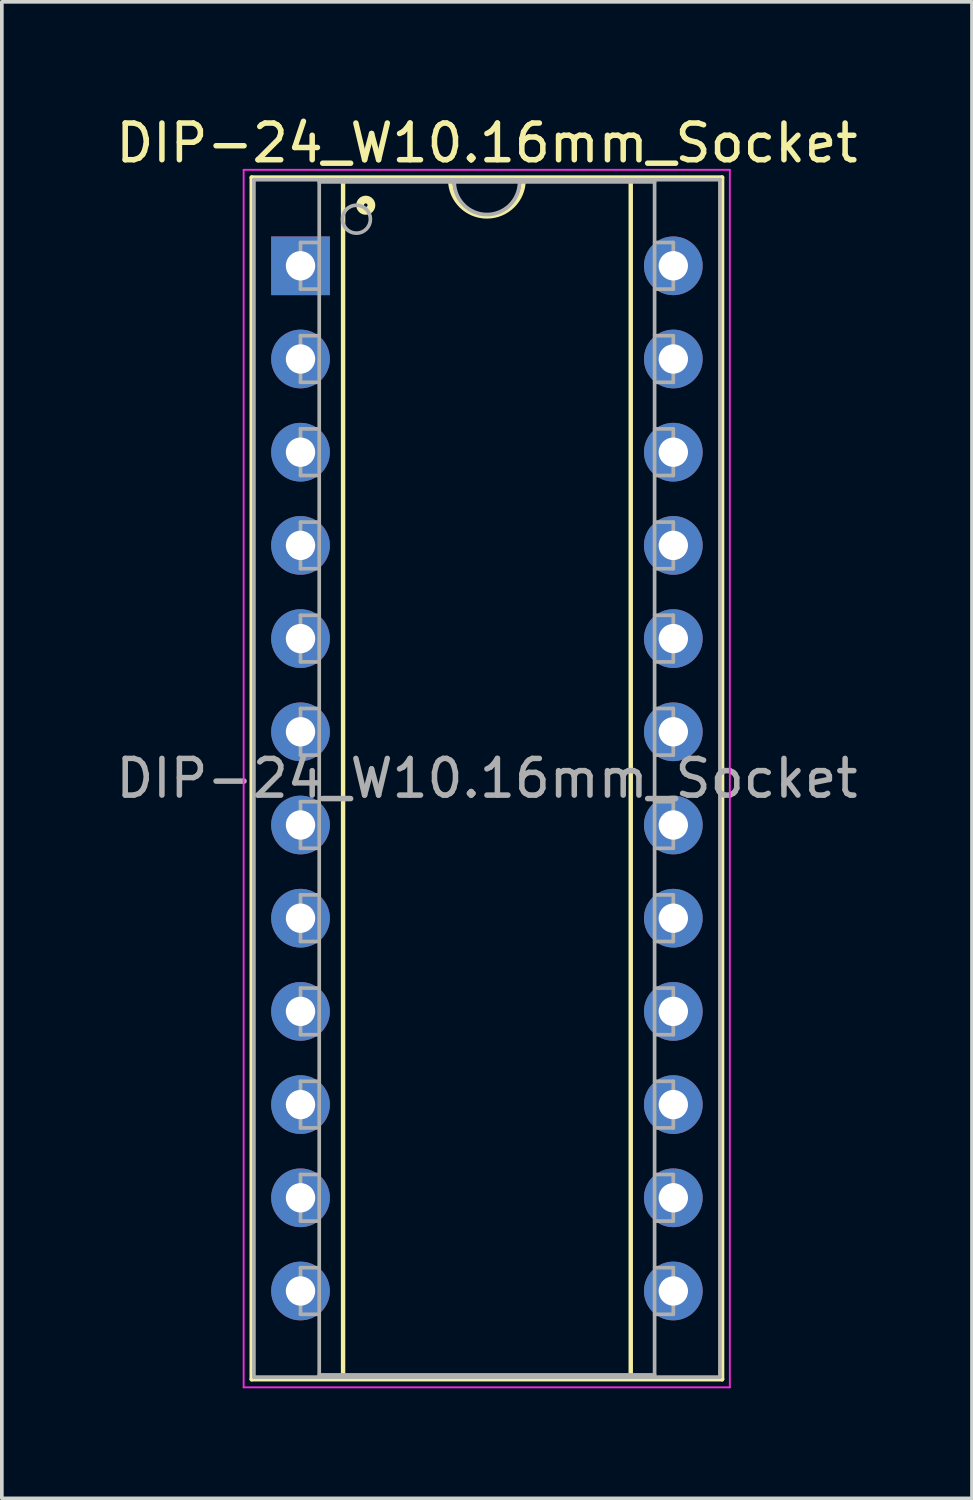
<source format=kicad_pcb>
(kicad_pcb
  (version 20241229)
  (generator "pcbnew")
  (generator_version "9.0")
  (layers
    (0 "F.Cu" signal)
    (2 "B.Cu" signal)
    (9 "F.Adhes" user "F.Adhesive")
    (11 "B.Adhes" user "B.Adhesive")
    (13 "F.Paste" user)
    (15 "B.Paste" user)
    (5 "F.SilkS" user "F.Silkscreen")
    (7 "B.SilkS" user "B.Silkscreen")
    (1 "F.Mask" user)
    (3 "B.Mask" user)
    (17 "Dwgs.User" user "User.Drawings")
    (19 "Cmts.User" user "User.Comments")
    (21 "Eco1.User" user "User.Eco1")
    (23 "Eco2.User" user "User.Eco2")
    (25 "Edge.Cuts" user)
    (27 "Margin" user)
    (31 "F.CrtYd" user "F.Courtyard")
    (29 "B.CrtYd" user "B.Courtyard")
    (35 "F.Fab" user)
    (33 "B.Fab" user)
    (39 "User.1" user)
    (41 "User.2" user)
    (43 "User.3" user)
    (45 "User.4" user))
  (footprint "DIP-24_W10.16mm_Socket"
    (layer "F.Cu")
    (at 5.14 4.194)
    (property "Reference" "DIP-24_W10.16mm_Socket" (at 5.08 -3.346 0) (layer "F.SilkS") (effects (font (size 1 1) (thickness 0.15))))
    (attr through_hole)
    (fp_line (start -1.33 -2.406) (end -1.33 30.346) (stroke (width 0.12) (type solid)) (layer "F.SilkS"))
    (fp_line (start -1.33 30.346) (end 11.49 30.346) (stroke (width 0.12) (type solid)) (layer "F.SilkS"))
    (fp_line (start 1.16 -2.346) (end 1.16 30.286) (stroke (width 0.12) (type solid)) (layer "F.SilkS"))
    (fp_line (start 1.16 30.286) (end 9 30.286) (stroke (width 0.12) (type solid)) (layer "F.SilkS"))
    (fp_line (start 4.08 -2.346) (end 1.16 -2.346) (stroke (width 0.12) (type solid)) (layer "F.SilkS"))
    (fp_line (start 9 -2.346) (end 6.08 -2.346) (stroke (width 0.12) (type solid)) (layer "F.SilkS"))
    (fp_line (start 9 30.286) (end 9 -2.346) (stroke (width 0.12) (type solid)) (layer "F.SilkS"))
    (fp_line (start 11.49 -2.406) (end -1.33 -2.406) (stroke (width 0.12) (type solid)) (layer "F.SilkS"))
    (fp_line (start 11.49 30.346) (end 11.49 -2.406) (stroke (width 0.12) (type solid)) (layer "F.SilkS"))
    (fp_arc (start 6.08 -2.346) (mid 5.08 -1.346) (end 4.08 -2.346) (stroke (width 0.12) (type solid)) (layer "F.SilkS"))
    (fp_circle (center 1.778 -1.651) (end 1.828 -1.651) (stroke (width 0.12) (type solid)) (fill no) (layer "F.SilkS"))
    (fp_circle (center 1.778 -1.651) (end 1.903 -1.651) (stroke (width 0.12) (type solid)) (fill no) (layer "F.SilkS"))
    (fp_circle (center 1.778 -1.651) (end 1.978 -1.651) (stroke (width 0.12) (type solid)) (fill no) (layer "F.SilkS"))
    (fp_line (start -1.55 -2.616) (end -1.55 30.566) (stroke (width 0.05) (type solid)) (layer "F.CrtYd"))
    (fp_line (start -1.55 30.566) (end 11.7 30.566) (stroke (width 0.05) (type solid)) (layer "F.CrtYd"))
    (fp_line (start 11.7 -2.616) (end -1.55 -2.616) (stroke (width 0.05) (type solid)) (layer "F.CrtYd"))
    (fp_line (start 11.7 30.566) (end 11.7 -2.616) (stroke (width 0.05) (type solid)) (layer "F.CrtYd"))
    (fp_line (start -1.27 -2.346) (end -1.27 30.286) (stroke (width 0.1) (type solid)) (layer "F.Fab"))
    (fp_line (start -1.27 30.286) (end 11.43 30.286) (stroke (width 0.1) (type solid)) (layer "F.Fab"))
    (fp_line (start 0 -0.635) (end 0 0.635) (stroke (width 0.1) (type solid)) (layer "F.Fab"))
    (fp_line (start 0 -0.635) (end 0.508 -0.635) (stroke (width 0.1) (type solid)) (layer "F.Fab"))
    (fp_line (start 0 0.635) (end 0.508 0.635) (stroke (width 0.1) (type solid)) (layer "F.Fab"))
    (fp_line (start 0 1.905) (end 0 3.175) (stroke (width 0.1) (type solid)) (layer "F.Fab"))
    (fp_line (start 0 1.905) (end 0.508 1.905) (stroke (width 0.1) (type solid)) (layer "F.Fab"))
    (fp_line (start 0 3.175) (end 0.508 3.175) (stroke (width 0.1) (type solid)) (layer "F.Fab"))
    (fp_line (start 0 4.445) (end 0 5.715) (stroke (width 0.1) (type solid)) (layer "F.Fab"))
    (fp_line (start 0 4.445) (end 0.508 4.445) (stroke (width 0.1) (type solid)) (layer "F.Fab"))
    (fp_line (start 0 5.715) (end 0.508 5.715) (stroke (width 0.1) (type solid)) (layer "F.Fab"))
    (fp_line (start 0 6.985) (end 0 8.255) (stroke (width 0.1) (type solid)) (layer "F.Fab"))
    (fp_line (start 0 6.985) (end 0.508 6.985) (stroke (width 0.1) (type solid)) (layer "F.Fab"))
    (fp_line (start 0 8.255) (end 0.508 8.255) (stroke (width 0.1) (type solid)) (layer "F.Fab"))
    (fp_line (start 0 9.525) (end 0 10.795) (stroke (width 0.1) (type solid)) (layer "F.Fab"))
    (fp_line (start 0 9.525) (end 0.508 9.525) (stroke (width 0.1) (type solid)) (layer "F.Fab"))
    (fp_line (start 0 10.795) (end 0.508 10.795) (stroke (width 0.1) (type solid)) (layer "F.Fab"))
    (fp_line (start 0 12.065) (end 0 13.335) (stroke (width 0.1) (type solid)) (layer "F.Fab"))
    (fp_line (start 0 12.065) (end 0.508 12.065) (stroke (width 0.1) (type solid)) (layer "F.Fab"))
    (fp_line (start 0 13.335) (end 0.508 13.335) (stroke (width 0.1) (type solid)) (layer "F.Fab"))
    (fp_line (start 0 14.605) (end 0 15.875) (stroke (width 0.1) (type solid)) (layer "F.Fab"))
    (fp_line (start 0 14.605) (end 0.508 14.605) (stroke (width 0.1) (type solid)) (layer "F.Fab"))
    (fp_line (start 0 15.875) (end 0.508 15.875) (stroke (width 0.1) (type solid)) (layer "F.Fab"))
    (fp_line (start 0 17.145) (end 0 18.415) (stroke (width 0.1) (type solid)) (layer "F.Fab"))
    (fp_line (start 0 17.145) (end 0.508 17.145) (stroke (width 0.1) (type solid)) (layer "F.Fab"))
    (fp_line (start 0 18.415) (end 0.508 18.415) (stroke (width 0.1) (type solid)) (layer "F.Fab"))
    (fp_line (start 0 19.685) (end 0 20.955) (stroke (width 0.1) (type solid)) (layer "F.Fab"))
    (fp_line (start 0 19.685) (end 0.508 19.685) (stroke (width 0.1) (type solid)) (layer "F.Fab"))
    (fp_line (start 0 20.955) (end 0.508 20.955) (stroke (width 0.1) (type solid)) (layer "F.Fab"))
    (fp_line (start 0 22.225) (end 0 23.495) (stroke (width 0.1) (type solid)) (layer "F.Fab"))
    (fp_line (start 0 22.225) (end 0.508 22.225) (stroke (width 0.1) (type solid)) (layer "F.Fab"))
    (fp_line (start 0 23.495) (end 0.508 23.495) (stroke (width 0.1) (type solid)) (layer "F.Fab"))
    (fp_line (start 0 24.765) (end 0 26.035) (stroke (width 0.1) (type solid)) (layer "F.Fab"))
    (fp_line (start 0 24.765) (end 0.508 24.765) (stroke (width 0.1) (type solid)) (layer "F.Fab"))
    (fp_line (start 0 26.035) (end 0.508 26.035) (stroke (width 0.1) (type solid)) (layer "F.Fab"))
    (fp_line (start 0 27.305) (end 0 28.575) (stroke (width 0.1) (type solid)) (layer "F.Fab"))
    (fp_line (start 0 27.305) (end 0.508 27.305) (stroke (width 0.1) (type solid)) (layer "F.Fab"))
    (fp_line (start 0 28.575) (end 0.508 28.575) (stroke (width 0.1) (type solid)) (layer "F.Fab"))
    (fp_line (start 0.51 -2.286) (end 9.65 -2.286) (stroke (width 0.1) (type solid)) (layer "F.Fab"))
    (fp_line (start 0.51 30.226) (end 0.51 -2.286) (stroke (width 0.1) (type solid)) (layer "F.Fab"))
    (fp_line (start 9.65 -2.286) (end 9.65 30.226) (stroke (width 0.1) (type solid)) (layer "F.Fab"))
    (fp_line (start 9.65 30.226) (end 0.51 30.226) (stroke (width 0.1) (type solid)) (layer "F.Fab"))
    (fp_line (start 10.16 -0.635) (end 9.652 -0.635) (stroke (width 0.1) (type solid)) (layer "F.Fab"))
    (fp_line (start 10.16 0.635) (end 9.652 0.635) (stroke (width 0.1) (type solid)) (layer "F.Fab"))
    (fp_line (start 10.16 0.635) (end 10.16 -0.635) (stroke (width 0.1) (type solid)) (layer "F.Fab"))
    (fp_line (start 10.16 1.905) (end 9.652 1.905) (stroke (width 0.1) (type solid)) (layer "F.Fab"))
    (fp_line (start 10.16 3.175) (end 9.652 3.175) (stroke (width 0.1) (type solid)) (layer "F.Fab"))
    (fp_line (start 10.16 3.175) (end 10.16 1.905) (stroke (width 0.1) (type solid)) (layer "F.Fab"))
    (fp_line (start 10.16 4.445) (end 9.652 4.445) (stroke (width 0.1) (type solid)) (layer "F.Fab"))
    (fp_line (start 10.16 5.715) (end 9.652 5.715) (stroke (width 0.1) (type solid)) (layer "F.Fab"))
    (fp_line (start 10.16 5.715) (end 10.16 4.445) (stroke (width 0.1) (type solid)) (layer "F.Fab"))
    (fp_line (start 10.16 6.985) (end 9.652 6.985) (stroke (width 0.1) (type solid)) (layer "F.Fab"))
    (fp_line (start 10.16 8.255) (end 9.652 8.255) (stroke (width 0.1) (type solid)) (layer "F.Fab"))
    (fp_line (start 10.16 8.255) (end 10.16 6.985) (stroke (width 0.1) (type solid)) (layer "F.Fab"))
    (fp_line (start 10.16 9.525) (end 9.652 9.525) (stroke (width 0.1) (type solid)) (layer "F.Fab"))
    (fp_line (start 10.16 10.795) (end 9.652 10.795) (stroke (width 0.1) (type solid)) (layer "F.Fab"))
    (fp_line (start 10.16 10.795) (end 10.16 9.525) (stroke (width 0.1) (type solid)) (layer "F.Fab"))
    (fp_line (start 10.16 12.065) (end 9.652 12.065) (stroke (width 0.1) (type solid)) (layer "F.Fab"))
    (fp_line (start 10.16 13.335) (end 9.652 13.335) (stroke (width 0.1) (type solid)) (layer "F.Fab"))
    (fp_line (start 10.16 13.335) (end 10.16 12.065) (stroke (width 0.1) (type solid)) (layer "F.Fab"))
    (fp_line (start 10.16 14.605) (end 9.652 14.605) (stroke (width 0.1) (type solid)) (layer "F.Fab"))
    (fp_line (start 10.16 15.875) (end 9.652 15.875) (stroke (width 0.1) (type solid)) (layer "F.Fab"))
    (fp_line (start 10.16 15.875) (end 10.16 14.605) (stroke (width 0.1) (type solid)) (layer "F.Fab"))
    (fp_line (start 10.16 17.145) (end 9.652 17.145) (stroke (width 0.1) (type solid)) (layer "F.Fab"))
    (fp_line (start 10.16 18.415) (end 9.652 18.415) (stroke (width 0.1) (type solid)) (layer "F.Fab"))
    (fp_line (start 10.16 18.415) (end 10.16 17.145) (stroke (width 0.1) (type solid)) (layer "F.Fab"))
    (fp_line (start 10.16 19.685) (end 9.652 19.685) (stroke (width 0.1) (type solid)) (layer "F.Fab"))
    (fp_line (start 10.16 20.955) (end 9.652 20.955) (stroke (width 0.1) (type solid)) (layer "F.Fab"))
    (fp_line (start 10.16 20.955) (end 10.16 19.685) (stroke (width 0.1) (type solid)) (layer "F.Fab"))
    (fp_line (start 10.16 22.225) (end 9.652 22.225) (stroke (width 0.1) (type solid)) (layer "F.Fab"))
    (fp_line (start 10.16 23.495) (end 9.652 23.495) (stroke (width 0.1) (type solid)) (layer "F.Fab"))
    (fp_line (start 10.16 23.495) (end 10.16 22.225) (stroke (width 0.1) (type solid)) (layer "F.Fab"))
    (fp_line (start 10.16 24.765) (end 9.652 24.765) (stroke (width 0.1) (type solid)) (layer "F.Fab"))
    (fp_line (start 10.16 26.035) (end 9.652 26.035) (stroke (width 0.1) (type solid)) (layer "F.Fab"))
    (fp_line (start 10.16 26.035) (end 10.16 24.765) (stroke (width 0.1) (type solid)) (layer "F.Fab"))
    (fp_line (start 10.16 27.305) (end 9.652 27.305) (stroke (width 0.1) (type solid)) (layer "F.Fab"))
    (fp_line (start 10.16 28.575) (end 9.652 28.575) (stroke (width 0.1) (type solid)) (layer "F.Fab"))
    (fp_line (start 10.16 28.575) (end 10.16 27.305) (stroke (width 0.1) (type solid)) (layer "F.Fab"))
    (fp_line (start 11.43 -2.346) (end -1.27 -2.346) (stroke (width 0.1) (type solid)) (layer "F.Fab"))
    (fp_line (start 11.43 30.286) (end 11.43 -2.346) (stroke (width 0.1) (type solid)) (layer "F.Fab"))
    (fp_arc (start 5.969 -2.286) (mid 5.08 -1.397) (end 4.191 -2.286) (stroke (width 0.1) (type solid)) (layer "F.Fab"))
    (fp_circle (center 1.524 -1.27) (end 1.905 -1.27) (stroke (width 0.1) (type solid)) (fill no) (layer "F.Fab"))
    (fp_text user "${REFERENCE}" (at 5.08 13.97 0) (layer "F.Fab") (effects (font (size 1 1) (thickness 0.15))))
    (pad "1" thru_hole rect (at 0 0) (size 1.6 1.6) (drill 0.8) (layers "*.Cu" "*.Mask"))
    (pad "2" thru_hole oval (at 0 2.54) (size 1.6 1.6) (drill 0.8) (layers "*.Cu" "*.Mask"))
    (pad "3" thru_hole oval (at 0 5.08) (size 1.6 1.6) (drill 0.8) (layers "*.Cu" "*.Mask"))
    (pad "4" thru_hole oval (at 0 7.62) (size 1.6 1.6) (drill 0.8) (layers "*.Cu" "*.Mask"))
    (pad "5" thru_hole oval (at 0 10.16) (size 1.6 1.6) (drill 0.8) (layers "*.Cu" "*.Mask"))
    (pad "6" thru_hole oval (at 0 12.7) (size 1.6 1.6) (drill 0.8) (layers "*.Cu" "*.Mask"))
    (pad "7" thru_hole oval (at 0 15.24) (size 1.6 1.6) (drill 0.8) (layers "*.Cu" "*.Mask"))
    (pad "8" thru_hole oval (at 0 17.78) (size 1.6 1.6) (drill 0.8) (layers "*.Cu" "*.Mask"))
    (pad "9" thru_hole oval (at 0 20.32) (size 1.6 1.6) (drill 0.8) (layers "*.Cu" "*.Mask"))
    (pad "10" thru_hole oval (at 0 22.86) (size 1.6 1.6) (drill 0.8) (layers "*.Cu" "*.Mask"))
    (pad "11" thru_hole oval (at 0 25.4) (size 1.6 1.6) (drill 0.8) (layers "*.Cu" "*.Mask"))
    (pad "12" thru_hole oval (at 0 27.94) (size 1.6 1.6) (drill 0.8) (layers "*.Cu" "*.Mask"))
    (pad "13" thru_hole oval (at 10.16 27.94) (size 1.6 1.6) (drill 0.8) (layers "*.Cu" "*.Mask"))
    (pad "14" thru_hole oval (at 10.16 25.4) (size 1.6 1.6) (drill 0.8) (layers "*.Cu" "*.Mask"))
    (pad "15" thru_hole oval (at 10.16 22.86) (size 1.6 1.6) (drill 0.8) (layers "*.Cu" "*.Mask"))
    (pad "16" thru_hole oval (at 10.16 20.32) (size 1.6 1.6) (drill 0.8) (layers "*.Cu" "*.Mask"))
    (pad "17" thru_hole oval (at 10.16 17.78) (size 1.6 1.6) (drill 0.8) (layers "*.Cu" "*.Mask"))
    (pad "18" thru_hole oval (at 10.16 15.24) (size 1.6 1.6) (drill 0.8) (layers "*.Cu" "*.Mask"))
    (pad "19" thru_hole oval (at 10.16 12.7) (size 1.6 1.6) (drill 0.8) (layers "*.Cu" "*.Mask"))
    (pad "20" thru_hole oval (at 10.16 10.16) (size 1.6 1.6) (drill 0.8) (layers "*.Cu" "*.Mask"))
    (pad "21" thru_hole oval (at 10.16 7.62) (size 1.6 1.6) (drill 0.8) (layers "*.Cu" "*.Mask"))
    (pad "22" thru_hole oval (at 10.16 5.08) (size 1.6 1.6) (drill 0.8) (layers "*.Cu" "*.Mask"))
    (pad "23" thru_hole oval (at 10.16 2.54) (size 1.6 1.6) (drill 0.8) (layers "*.Cu" "*.Mask"))
    (pad "24" thru_hole oval (at 10.16 0) (size 1.6 1.6) (drill 0.8) (layers "*.Cu" "*.Mask")))
  (gr_rect
    (start -3 -3)
    (end 23.44 37.785)
    (stroke (width 0.1) (type default))
    (fill no)
    (layer "Edge.Cuts")))
</source>
